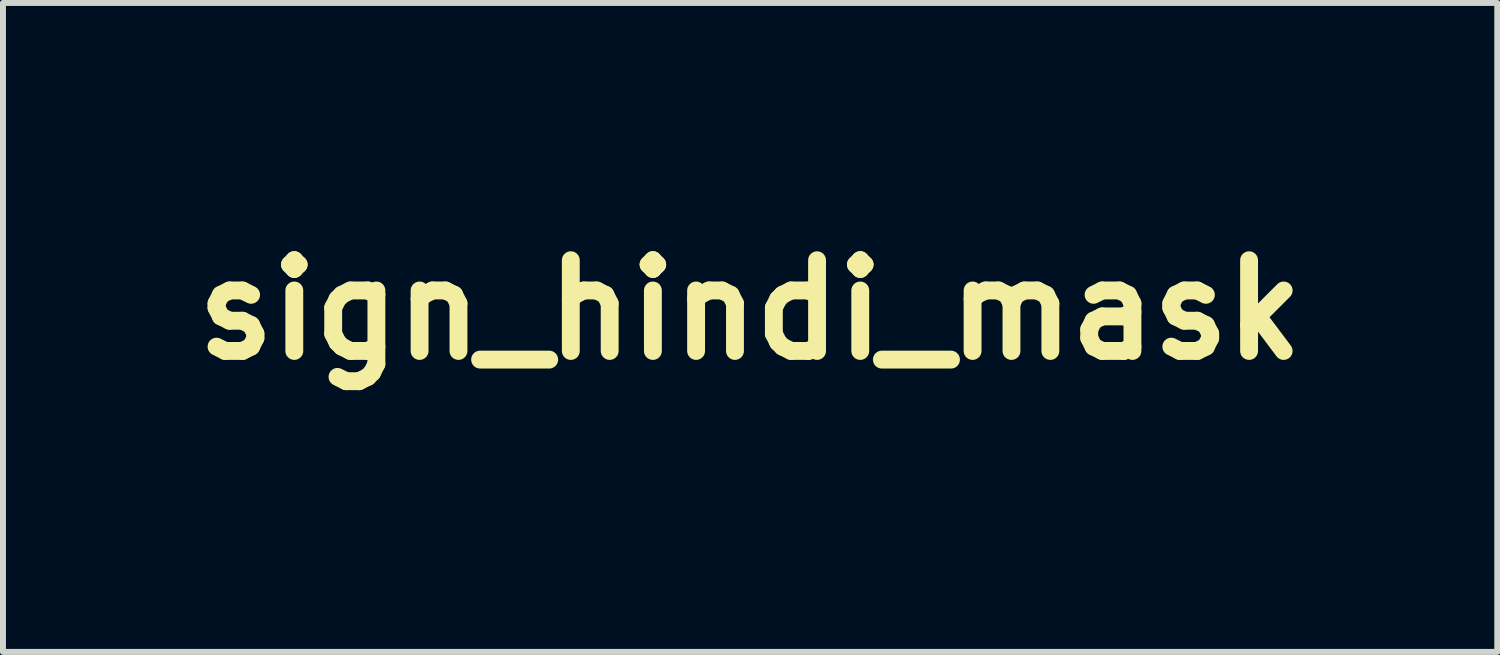
<source format=kicad_pcb>
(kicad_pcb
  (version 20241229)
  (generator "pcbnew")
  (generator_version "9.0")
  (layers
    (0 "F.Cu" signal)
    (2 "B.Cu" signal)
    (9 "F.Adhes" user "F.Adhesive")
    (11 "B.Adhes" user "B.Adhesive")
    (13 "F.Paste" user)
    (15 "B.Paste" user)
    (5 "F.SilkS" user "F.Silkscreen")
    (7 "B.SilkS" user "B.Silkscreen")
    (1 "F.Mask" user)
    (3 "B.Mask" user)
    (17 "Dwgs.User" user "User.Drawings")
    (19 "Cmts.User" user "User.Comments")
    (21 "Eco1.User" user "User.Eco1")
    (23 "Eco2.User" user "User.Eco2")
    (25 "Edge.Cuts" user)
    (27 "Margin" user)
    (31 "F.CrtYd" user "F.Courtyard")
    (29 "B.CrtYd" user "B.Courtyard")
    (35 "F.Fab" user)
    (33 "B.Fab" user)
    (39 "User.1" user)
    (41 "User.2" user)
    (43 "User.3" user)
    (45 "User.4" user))
  (footprint "sign_hindi_mask"
    (layer "F.Cu")
    (at 9.55 2.156)
    (property "Reference" "sign_hindi_mask" (at 0 0 0) (layer "F.SilkS") (effects (font (size 1.524 1.524) (thickness 0.3))))
    (attr through_hole)
    (fp_poly (pts (xy 5.924 -1.474) (xy 5.975 -1.431) (xy 6.002 -1.378) (xy 6.001 -1.347) (xy 5.991 -1.286) (xy 5.972 -1.194) (xy 5.943 -1.072) (xy 5.906 -0.923) (xy 5.861 -0.746) (xy 5.807 -0.542) (xy 5.745 -0.314) (xy 5.74 -0.296) (xy 5.709 -0.182) (xy 5.679 -0.071) (xy 5.652 0.029) (xy 5.63 0.112) (xy 5.614 0.172) (xy 5.61 0.186) (xy 5.589 0.263) (xy 5.563 0.343) (xy 5.545 0.389) (xy 5.524 0.444) (xy 5.497 0.524) (xy 5.465 0.622) (xy 5.43 0.731) (xy 5.396 0.844) (xy 5.363 0.953) (xy 5.344 1.019) (xy 5.311 1.149) (xy 5.281 1.29) (xy 5.258 1.429) (xy 5.242 1.554) (xy 5.239 1.59) (xy 5.23 1.698) (xy 5.217 1.777) (xy 5.199 1.834) (xy 5.176 1.874) (xy 5.154 1.896) (xy 5.092 1.926) (xy 5.031 1.923) (xy 4.973 1.887) (xy 4.97 1.884) (xy 4.923 1.837) (xy 4.934 1.641) (xy 4.952 1.448) (xy 4.988 1.233) (xy 5.039 1.001) (xy 5.105 0.757) (xy 5.184 0.508) (xy 5.189 0.492) (xy 5.21 0.432) (xy 5.225 0.384) (xy 5.232 0.357) (xy 5.232 0.355) (xy 5.217 0.339) (xy 5.175 0.317) (xy 5.113 0.291) (xy 5.037 0.264) (xy 4.953 0.238) (xy 4.867 0.216) (xy 4.848 0.211) (xy 4.683 0.176) (xy 4.544 0.15) (xy 4.426 0.132) (xy 4.322 0.123) (xy 4.226 0.122) (xy 4.167 0.124) (xy 4.06 0.132) (xy 3.985 0.142) (xy 3.942 0.155) (xy 3.929 0.169) (xy 3.945 0.187) (xy 3.968 0.199) (xy 4.011 0.236) (xy 4.045 0.301) (xy 4.068 0.391) (xy 4.075 0.446) (xy 4.077 0.55) (xy 4.057 0.632) (xy 4.015 0.699) (xy 3.986 0.727) (xy 3.916 0.768) (xy 3.836 0.78) (xy 3.754 0.764) (xy 3.675 0.721) (xy 3.616 0.664) (xy 3.559 0.575) (xy 3.521 0.467) (xy 3.505 0.355) (xy 3.505 0.343) (xy 3.513 0.236) (xy 3.537 0.146) (xy 3.582 0.057) (xy 3.588 0.048) (xy 3.653 -0.024) (xy 3.745 -0.084) (xy 3.861 -0.131) (xy 3.996 -0.164) (xy 4.146 -0.182) (xy 4.308 -0.182) (xy 4.338 -0.18) (xy 4.441 -0.17) (xy 4.561 -0.152) (xy 4.69 -0.129) (xy 4.822 -0.102) (xy 4.951 -0.073) (xy 5.068 -0.042) (xy 5.169 -0.012) (xy 5.245 0.016) (xy 5.269 0.027) (xy 5.306 0.042) (xy 5.328 0.045) (xy 5.329 0.045) (xy 5.336 0.026) (xy 5.35 -0.022) (xy 5.372 -0.096) (xy 5.399 -0.191) (xy 5.43 -0.306) (xy 5.465 -0.435) (xy 5.503 -0.576) (xy 5.543 -0.724) (xy 5.583 -0.878) (xy 5.624 -1.031) (xy 5.63 -1.057) (xy 5.665 -1.188) (xy 5.694 -1.29) (xy 5.719 -1.366) (xy 5.743 -1.42) (xy 5.767 -1.456) (xy 5.792 -1.477) (xy 5.822 -1.488) (xy 5.858 -1.49) (xy 5.859 -1.49) (xy 5.924 -1.474)) (stroke (width 0.01) (type solid)) (fill yes) (layer "F.Mask"))
    (fp_poly (pts (xy -4.774 -2.137) (xy -4.726 -2.102) (xy -4.696 -2.056) (xy -4.691 -2.027) (xy -4.691 -1.987) (xy -4.398 -1.976) (xy -4.281 -1.971) (xy -4.156 -1.965) (xy -4.035 -1.958) (xy -3.931 -1.951) (xy -3.895 -1.949) (xy -3.847 -1.946) (xy -3.768 -1.943) (xy -3.661 -1.941) (xy -3.528 -1.938) (xy -3.372 -1.935) (xy -3.196 -1.932) (xy -3.003 -1.929) (xy -2.796 -1.926) (xy -2.576 -1.924) (xy -2.348 -1.921) (xy -2.113 -1.919) (xy -2.083 -1.919) (xy -1.793 -1.916) (xy -1.535 -1.914) (xy -1.306 -1.912) (xy -1.104 -1.911) (xy -0.926 -1.909) (xy -0.771 -1.908) (xy -0.634 -1.907) (xy -0.516 -1.907) (xy -0.411 -1.907) (xy -0.32 -1.907) (xy -0.238 -1.908) (xy -0.165 -1.909) (xy -0.096 -1.91) (xy -0.031 -1.911) (xy 0.034 -1.913) (xy 0.101 -1.916) (xy 0.171 -1.919) (xy 0.249 -1.922) (xy 0.335 -1.925) (xy 0.419 -1.929) (xy 0.534 -1.933) (xy 0.645 -1.937) (xy 0.754 -1.94) (xy 0.866 -1.942) (xy 0.983 -1.944) (xy 1.109 -1.944) (xy 1.247 -1.944) (xy 1.401 -1.944) (xy 1.574 -1.942) (xy 1.769 -1.94) (xy 1.989 -1.937) (xy 2.238 -1.933) (xy 2.372 -1.931) (xy 2.765 -1.925) (xy 3.131 -1.921) (xy 3.469 -1.918) (xy 3.779 -1.918) (xy 4.058 -1.919) (xy 4.308 -1.922) (xy 4.527 -1.926) (xy 4.714 -1.932) (xy 4.868 -1.94) (xy 4.97 -1.948) (xy 5.034 -1.952) (xy 5.124 -1.956) (xy 5.236 -1.959) (xy 5.361 -1.961) (xy 5.493 -1.963) (xy 5.605 -1.964) (xy 5.772 -1.963) (xy 5.913 -1.961) (xy 6.036 -1.957) (xy 6.149 -1.95) (xy 6.258 -1.941) (xy 6.372 -1.929) (xy 6.375 -1.929) (xy 6.597 -1.908) (xy 6.794 -1.901) (xy 6.972 -1.909) (xy 7.139 -1.93) (xy 7.185 -1.938) (xy 7.284 -1.955) (xy 7.356 -1.962) (xy 7.409 -1.959) (xy 7.45 -1.945) (xy 7.474 -1.929) (xy 7.51 -1.881) (xy 7.521 -1.822) (xy 7.506 -1.762) (xy 7.475 -1.719) (xy 7.45 -1.7) (xy 7.419 -1.684) (xy 7.375 -1.669) (xy 7.315 -1.655) (xy 7.232 -1.64) (xy 7.123 -1.623) (xy 7.078 -1.616) (xy 6.905 -1.599) (xy 6.715 -1.597) (xy 6.504 -1.61) (xy 6.299 -1.634) (xy 6.132 -1.653) (xy 5.939 -1.665) (xy 5.728 -1.671) (xy 5.506 -1.671) (xy 5.281 -1.664) (xy 5.08 -1.653) (xy 4.969 -1.646) (xy 4.831 -1.639) (xy 4.675 -1.632) (xy 4.507 -1.626) (xy 4.334 -1.621) (xy 4.165 -1.616) (xy 4.069 -1.615) (xy 3.439 -1.603) (xy 3.464 -1.556) (xy 3.482 -1.51) (xy 3.488 -1.472) (xy 3.485 -1.447) (xy 3.476 -1.393) (xy 3.461 -1.314) (xy 3.443 -1.216) (xy 3.421 -1.102) (xy 3.396 -0.978) (xy 3.387 -0.934) (xy 3.358 -0.79) (xy 3.329 -0.64) (xy 3.3 -0.493) (xy 3.274 -0.356) (xy 3.251 -0.236) (xy 3.234 -0.145) (xy 3.215 -0.044) (xy 3.191 0.081) (xy 3.163 0.221) (xy 3.133 0.367) (xy 3.104 0.509) (xy 3.09 0.575) (xy 3.061 0.717) (xy 3.03 0.872) (xy 2.999 1.03) (xy 2.971 1.18) (xy 2.946 1.311) (xy 2.939 1.355) (xy 2.908 1.524) (xy 2.88 1.663) (xy 2.854 1.774) (xy 2.828 1.861) (xy 2.801 1.924) (xy 2.773 1.969) (xy 2.741 1.997) (xy 2.705 2.011) (xy 2.668 2.015) (xy 2.601 2.002) (xy 2.556 1.964) (xy 2.533 1.904) (xy 2.535 1.825) (xy 2.546 1.775) (xy 2.557 1.73) (xy 2.572 1.659) (xy 2.591 1.568) (xy 2.611 1.464) (xy 2.631 1.354) (xy 2.633 1.338) (xy 2.654 1.227) (xy 2.679 1.091) (xy 2.708 0.94) (xy 2.74 0.78) (xy 2.772 0.622) (xy 2.802 0.474) (xy 2.832 0.332) (xy 2.861 0.187) (xy 2.89 0.046) (xy 2.915 -0.083) (xy 2.936 -0.193) (xy 2.952 -0.279) (xy 2.954 -0.288) (xy 2.978 -0.421) (xy 3.005 -0.563) (xy 3.033 -0.709) (xy 3.063 -0.856) (xy 3.092 -1) (xy 3.12 -1.135) (xy 3.147 -1.259) (xy 3.172 -1.368) (xy 3.193 -1.457) (xy 3.209 -1.522) (xy 3.221 -1.559) (xy 3.224 -1.566) (xy 3.249 -1.604) (xy 3.11 -1.615) (xy 3.042 -1.619) (xy 2.95 -1.622) (xy 2.846 -1.624) (xy 2.74 -1.625) (xy 2.709 -1.625) (xy 2.446 -1.626) (xy 2.444 -1.503) (xy 2.44 -1.448) (xy 2.431 -1.364) (xy 2.417 -1.254) (xy 2.4 -1.122) (xy 2.378 -0.973) (xy 2.354 -0.809) (xy 2.327 -0.636) (xy 2.299 -0.456) (xy 2.269 -0.274) (xy 2.239 -0.094) (xy 2.209 0.082) (xy 2.18 0.247) (xy 2.152 0.4) (xy 2.131 0.508) (xy 2.099 0.667) (xy 2.064 0.833) (xy 2.027 1.004) (xy 1.988 1.174) (xy 1.949 1.34) (xy 1.91 1.5) (xy 1.873 1.649) (xy 1.837 1.783) (xy 1.805 1.899) (xy 1.778 1.993) (xy 1.755 2.062) (xy 1.738 2.103) (xy 1.736 2.106) (xy 1.691 2.15) (xy 1.631 2.179) (xy 1.593 2.184) (xy 1.549 2.171) (xy 1.505 2.136) (xy 1.473 2.092) (xy 1.466 2.074) (xy 1.465 2.035) (xy 1.474 1.975) (xy 1.489 1.917) (xy 1.52 1.807) (xy 1.554 1.678) (xy 1.59 1.535) (xy 1.628 1.382) (xy 1.666 1.223) (xy 1.704 1.063) (xy 1.74 0.904) (xy 1.774 0.751) (xy 1.805 0.608) (xy 1.832 0.48) (xy 1.854 0.37) (xy 1.869 0.282) (xy 1.878 0.22) (xy 1.88 0.197) (xy 1.868 0.2) (xy 1.837 0.225) (xy 1.789 0.268) (xy 1.728 0.325) (xy 1.658 0.394) (xy 1.647 0.405) (xy 1.492 0.551) (xy 1.349 0.669) (xy 1.214 0.76) (xy 1.083 0.826) (xy 0.954 0.87) (xy 0.849 0.89) (xy 0.761 0.893) (xy 0.657 0.882) (xy 0.551 0.859) (xy 0.457 0.828) (xy 0.453 0.826) (xy 0.365 0.773) (xy 0.279 0.691) (xy 0.199 0.588) (xy 0.131 0.47) (xy 0.078 0.343) (xy 0.06 0.28) (xy 0.042 0.194) (xy 0.037 0.141) (xy 0.342 0.141) (xy 0.355 0.223) (xy 0.385 0.308) (xy 0.392 0.323) (xy 0.458 0.436) (xy 0.539 0.519) (xy 0.633 0.571) (xy 0.739 0.592) (xy 0.857 0.581) (xy 0.904 0.569) (xy 0.959 0.548) (xy 1.028 0.515) (xy 1.097 0.478) (xy 1.099 0.477) (xy 1.175 0.425) (xy 1.264 0.353) (xy 1.359 0.269) (xy 1.452 0.179) (xy 1.536 0.091) (xy 1.604 0.011) (xy 1.619 -0.01) (xy 1.701 -0.143) (xy 1.78 -0.305) (xy 1.854 -0.493) (xy 1.922 -0.701) (xy 1.982 -0.925) (xy 2.033 -1.161) (xy 2.049 -1.25) (xy 2.065 -1.34) (xy 2.084 -1.425) (xy 2.101 -1.496) (xy 2.115 -1.541) (xy 2.146 -1.622) (xy 2.042 -1.632) (xy 1.988 -1.636) (xy 1.91 -1.64) (xy 1.814 -1.643) (xy 1.705 -1.647) (xy 1.588 -1.65) (xy 1.469 -1.653) (xy 1.352 -1.655) (xy 1.243 -1.656) (xy 1.147 -1.657) (xy 1.07 -1.657) (xy 1.015 -1.656) (xy 0.99 -1.653) (xy 0.989 -1.653) (xy 0.973 -1.645) (xy 0.964 -1.626) (xy 0.958 -1.591) (xy 0.956 -1.532) (xy 0.955 -1.495) (xy 0.949 -1.383) (xy 0.932 -1.288) (xy 0.916 -1.236) (xy 0.898 -1.19) (xy 0.865 -1.12) (xy 0.822 -1.03) (xy 0.77 -0.926) (xy 0.712 -0.813) (xy 0.65 -0.696) (xy 0.589 -0.579) (xy 0.529 -0.469) (xy 0.505 -0.427) (xy 0.487 -0.388) (xy 0.462 -0.327) (xy 0.433 -0.251) (xy 0.405 -0.173) (xy 0.366 -0.05) (xy 0.345 0.052) (xy 0.342 0.141) (xy 0.037 0.141) (xy 0.035 0.113) (xy 0.04 0.03) (xy 0.059 -0.063) (xy 0.091 -0.176) (xy 0.104 -0.217) (xy 0.127 -0.289) (xy 0.149 -0.352) (xy 0.171 -0.41) (xy 0.196 -0.469) (xy 0.226 -0.532) (xy 0.262 -0.606) (xy 0.308 -0.696) (xy 0.366 -0.805) (xy 0.436 -0.936) (xy 0.513 -1.085) (xy 0.573 -1.209) (xy 0.616 -1.311) (xy 0.644 -1.395) (xy 0.658 -1.463) (xy 0.66 -1.498) (xy 0.655 -1.546) (xy 0.637 -1.573) (xy 0.602 -1.58) (xy 0.544 -1.569) (xy 0.491 -1.552) (xy 0.367 -1.501) (xy 0.276 -1.444) (xy 0.216 -1.384) (xy 0.206 -1.366) (xy 0.165 -1.304) (xy 0.116 -1.248) (xy 0.064 -1.207) (xy 0.019 -1.186) (xy 0.009 -1.185) (xy -0.039 -1.2) (xy -0.086 -1.236) (xy -0.122 -1.283) (xy -0.135 -1.329) (xy -0.126 -1.377) (xy -0.1 -1.442) (xy -0.063 -1.513) (xy -0.032 -1.561) (xy 0.000292 -1.606) (xy -0.736 -1.608) (xy -0.891 -1.608) (xy -1.034 -1.608) (xy -1.163 -1.607) (xy -1.274 -1.606) (xy -1.364 -1.605) (xy -1.429 -1.604) (xy -1.466 -1.603) (xy -1.473 -1.602) (xy -1.459 -1.591) (xy -1.422 -1.567) (xy -1.367 -1.535) (xy -1.317 -1.505) (xy -1.105 -1.378) (xy -0.912 -1.247) (xy -0.796 -1.159) (xy -0.698 -1.078) (xy -0.627 -1.01) (xy -0.581 -0.952) (xy -0.556 -0.902) (xy -0.552 -0.854) (xy -0.564 -0.809) (xy -0.583 -0.77) (xy -0.605 -0.741) (xy -0.635 -0.722) (xy -0.68 -0.709) (xy -0.746 -0.7) (xy -0.838 -0.694) (xy -0.879 -0.692) (xy -1.019 -0.683) (xy -1.132 -0.668) (xy -1.224 -0.646) (xy -1.301 -0.615) (xy -1.368 -0.572) (xy -1.433 -0.516) (xy -1.447 -0.502) (xy -1.576 -0.356) (xy -1.672 -0.209) (xy -1.736 -0.06) (xy -1.77 0.095) (xy -1.774 0.149) (xy -1.769 0.282) (xy -1.739 0.393) (xy -1.681 0.486) (xy -1.594 0.563) (xy -1.499 0.617) (xy -1.415 0.654) (xy -1.351 0.672) (xy -1.299 0.671) (xy -1.25 0.653) (xy -1.21 0.628) (xy -1.098 0.558) (xy -0.99 0.51) (xy -0.889 0.483) (xy -0.799 0.479) (xy -0.722 0.496) (xy -0.663 0.533) (xy -0.625 0.592) (xy -0.61 0.672) (xy -0.61 0.679) (xy -0.626 0.764) (xy -0.673 0.844) (xy -0.748 0.915) (xy -0.789 0.942) (xy -0.832 0.964) (xy -0.875 0.979) (xy -0.929 0.989) (xy -1.002 0.995) (xy -1.041 0.998) (xy -1.121 1.003) (xy -1.176 1.01) (xy -1.213 1.019) (xy -1.243 1.035) (xy -1.269 1.055) (xy -1.325 1.108) (xy -1.386 1.178) (xy -1.456 1.27) (xy -1.537 1.386) (xy -1.614 1.502) (xy -1.759 1.726) (xy -1.57 1.818) (xy -1.359 1.932) (xy -1.153 2.064) (xy -0.964 2.207) (xy -0.872 2.286) (xy -0.809 2.343) (xy -0.752 2.393) (xy -0.706 2.431) (xy -0.681 2.451) (xy -0.629 2.502) (xy -0.601 2.563) (xy -0.598 2.628) (xy -0.62 2.685) (xy -0.634 2.702) (xy -0.691 2.737) (xy -0.757 2.741) (xy -0.829 2.713) (xy -0.857 2.695) (xy -0.897 2.663) (xy -0.953 2.616) (xy -1.018 2.559) (xy -1.067 2.516) (xy -1.278 2.344) (xy -1.515 2.191) (xy -1.772 2.059) (xy -2.044 1.951) (xy -2.08 1.939) (xy -2.186 1.902) (xy -2.263 1.869) (xy -2.314 1.836) (xy -2.345 1.802) (xy -2.359 1.764) (xy -2.361 1.739) (xy -2.346 1.674) (xy -2.306 1.627) (xy -2.248 1.599) (xy -2.177 1.596) (xy -2.132 1.607) (xy -2.087 1.617) (xy -2.057 1.608) (xy -2.053 1.605) (xy -2.036 1.584) (xy -2.004 1.541) (xy -1.961 1.478) (xy -1.91 1.403) (xy -1.867 1.338) (xy -1.81 1.252) (xy -1.754 1.17) (xy -1.705 1.099) (xy -1.667 1.045) (xy -1.65 1.023) (xy -1.617 0.98) (xy -1.594 0.946) (xy -1.588 0.935) (xy -1.599 0.918) (xy -1.632 0.892) (xy -1.665 0.873) (xy -1.77 0.81) (xy -1.853 0.741) (xy -1.927 0.657) (xy -1.942 0.638) (xy -2.017 0.507) (xy -2.064 0.362) (xy -2.083 0.205) (xy -2.073 0.04) (xy -2.034 -0.128) (xy -1.982 -0.263) (xy -1.916 -0.388) (xy -1.833 -0.513) (xy -1.739 -0.631) (xy -1.638 -0.736) (xy -1.538 -0.822) (xy -1.442 -0.883) (xy -1.433 -0.887) (xy -1.367 -0.914) (xy -1.286 -0.941) (xy -1.207 -0.962) (xy -1.075 -0.992) (xy -1.16 -1.054) (xy -1.209 -1.088) (xy -1.278 -1.131) (xy -1.358 -1.179) (xy -1.431 -1.221) (xy -1.565 -1.299) (xy -1.692 -1.376) (xy -1.806 -1.448) (xy -1.902 -1.514) (xy -1.974 -1.567) (xy -1.976 -1.569) (xy -2.047 -1.626) (xy -2.407 -1.622) (xy -2.767 -1.617) (xy -2.899 -1.033) (xy -2.951 -0.8) (xy -2.996 -0.594) (xy -3.036 -0.409) (xy -3.072 -0.24) (xy -3.105 -0.081) (xy -3.136 0.073) (xy -3.165 0.23) (xy -3.196 0.393) (xy -3.228 0.57) (xy -3.233 0.601) (xy -3.262 0.755) (xy -3.293 0.911) (xy -3.325 1.067) (xy -3.358 1.218) (xy -3.391 1.36) (xy -3.422 1.488) (xy -3.451 1.6) (xy -3.477 1.69) (xy -3.498 1.755) (xy -3.514 1.789) (xy -3.563 1.838) (xy -3.623 1.858) (xy -3.685 1.848) (xy -3.742 1.808) (xy -3.766 1.768) (xy -3.775 1.713) (xy -3.768 1.638) (xy -3.745 1.539) (xy -3.741 1.524) (xy -3.698 1.357) (xy -3.653 1.165) (xy -3.608 0.956) (xy -3.565 0.738) (xy -3.531 0.55) (xy -3.503 0.394) (xy -3.477 0.248) (xy -3.45 0.108) (xy -3.423 -0.033) (xy -3.394 -0.178) (xy -3.361 -0.334) (xy -3.324 -0.506) (xy -3.281 -0.7) (xy -3.232 -0.92) (xy -3.225 -0.951) (xy -3.193 -1.094) (xy -3.164 -1.226) (xy -3.138 -1.345) (xy -3.116 -1.445) (xy -3.098 -1.525) (xy -3.087 -1.58) (xy -3.082 -1.606) (xy -3.082 -1.608) (xy -3.099 -1.615) (xy -3.149 -1.621) (xy -3.233 -1.624) (xy -3.351 -1.626) (xy -3.37 -1.626) (xy -3.483 -1.627) (xy -3.619 -1.631) (xy -3.763 -1.637) (xy -3.905 -1.645) (xy -4.009 -1.652) (xy -4.133 -1.66) (xy -4.263 -1.666) (xy -4.388 -1.671) (xy -4.499 -1.673) (xy -4.58 -1.673) (xy -4.8 -1.668) (xy -4.839 -1.56) (xy -4.853 -1.516) (xy -4.874 -1.445) (xy -4.901 -1.354) (xy -4.931 -1.247) (xy -4.964 -1.131) (xy -4.997 -1.011) (xy -5.03 -0.893) (xy -5.06 -0.782) (xy -5.086 -0.684) (xy -5.107 -0.604) (xy -5.12 -0.549) (xy -5.124 -0.531) (xy -5.134 -0.475) (xy -5.023 -0.525) (xy -4.856 -0.589) (xy -4.689 -0.631) (xy -4.528 -0.651) (xy -4.379 -0.646) (xy -4.247 -0.618) (xy -4.225 -0.61) (xy -4.126 -0.558) (xy -4.037 -0.486) (xy -3.967 -0.4) (xy -3.923 -0.308) (xy -3.921 -0.303) (xy -3.902 -0.221) (xy -3.893 -0.139) (xy -3.897 -0.054) (xy -3.914 0.039) (xy -3.945 0.144) (xy -3.991 0.264) (xy -4.053 0.404) (xy -4.132 0.567) (xy -4.162 0.627) (xy -4.238 0.776) (xy -4.301 0.899) (xy -4.353 1.001) (xy -4.395 1.087) (xy -4.431 1.159) (xy -4.462 1.223) (xy -4.491 1.283) (xy -4.495 1.291) (xy -4.544 1.372) (xy -4.599 1.419) (xy -4.661 1.434) (xy -4.692 1.431) (xy -4.747 1.403) (xy -4.781 1.35) (xy -4.792 1.275) (xy -4.789 1.246) (xy -4.78 1.21) (xy -4.763 1.163) (xy -4.735 1.101) (xy -4.696 1.019) (xy -4.644 0.915) (xy -4.603 0.834) (xy -4.511 0.655) (xy -4.434 0.503) (xy -4.37 0.375) (xy -4.319 0.268) (xy -4.278 0.18) (xy -4.248 0.106) (xy -4.226 0.046) (xy -4.212 -0.006) (xy -4.204 -0.051) (xy -4.201 -0.092) (xy -4.202 -0.133) (xy -4.203 -0.146) (xy -4.212 -0.209) (xy -4.227 -0.249) (xy -4.255 -0.281) (xy -4.256 -0.281) (xy -4.338 -0.329) (xy -4.439 -0.352) (xy -4.559 -0.349) (xy -4.695 -0.322) (xy -4.845 -0.269) (xy -4.938 -0.227) (xy -5.058 -0.158) (xy -5.152 -0.081) (xy -5.217 0.001) (xy -5.251 0.082) (xy -5.285 0.239) (xy -5.319 0.424) (xy -5.353 0.628) (xy -5.386 0.846) (xy -5.416 1.07) (xy -5.442 1.293) (xy -5.451 1.38) (xy -5.462 1.463) (xy -5.478 1.559) (xy -5.497 1.66) (xy -5.518 1.761) (xy -5.54 1.854) (xy -5.561 1.932) (xy -5.579 1.988) (xy -5.589 2.011) (xy -5.637 2.059) (xy -5.696 2.079) (xy -5.759 2.07) (xy -5.797 2.048) (xy -5.828 2.015) (xy -5.846 1.972) (xy -5.851 1.914) (xy -5.842 1.836) (xy -5.82 1.732) (xy -5.819 1.727) (xy -5.794 1.613) (xy -5.773 1.504) (xy -5.756 1.391) (xy -5.741 1.264) (xy -5.726 1.113) (xy -5.723 1.085) (xy -5.713 0.991) (xy -5.698 0.876) (xy -5.681 0.753) (xy -5.662 0.634) (xy -5.656 0.595) (xy -5.64 0.501) (xy -5.627 0.421) (xy -5.618 0.358) (xy -5.614 0.318) (xy -5.614 0.307) (xy -5.628 0.315) (xy -5.662 0.342) (xy -5.708 0.382) (xy -5.744 0.414) (xy -5.873 0.524) (xy -6.019 0.629) (xy -6.173 0.725) (xy -6.328 0.807) (xy -6.476 0.872) (xy -6.579 0.906) (xy -6.676 0.926) (xy -6.787 0.939) (xy -6.904 0.945) (xy -7.014 0.943) (xy -7.109 0.934) (xy -7.154 0.924) (xy -7.299 0.871) (xy -7.414 0.803) (xy -7.503 0.719) (xy -7.569 0.616) (xy -7.571 0.613) (xy -7.605 0.503) (xy -7.608 0.408) (xy -7.305 0.408) (xy -7.299 0.476) (xy -7.264 0.532) (xy -7.202 0.58) (xy -7.176 0.595) (xy -7.064 0.636) (xy -6.94 0.652) (xy -6.799 0.642) (xy -6.673 0.616) (xy -6.52 0.563) (xy -6.356 0.483) (xy -6.187 0.377) (xy -6.017 0.25) (xy -5.872 0.123) (xy -5.799 0.054) (xy -5.724 -0.014) (xy -5.657 -0.075) (xy -5.605 -0.121) (xy -5.6 -0.125) (xy -5.553 -0.168) (xy -5.519 -0.207) (xy -5.504 -0.233) (xy -5.503 -0.235) (xy -5.512 -0.271) (xy -5.534 -0.326) (xy -5.563 -0.386) (xy -5.595 -0.443) (xy -5.624 -0.484) (xy -5.627 -0.488) (xy -5.696 -0.546) (xy -5.775 -0.579) (xy -5.872 -0.589) (xy -5.926 -0.587) (xy -6.093 -0.561) (xy -6.268 -0.511) (xy -6.444 -0.44) (xy -6.617 -0.351) (xy -6.782 -0.248) (xy -6.933 -0.134) (xy -7.065 -0.011) (xy -7.173 0.117) (xy -7.239 0.223) (xy -7.285 0.325) (xy -7.305 0.408) (xy -7.608 0.408) (xy -7.608 0.383) (xy -7.583 0.255) (xy -7.529 0.121) (xy -7.447 -0.017) (xy -7.339 -0.157) (xy -7.264 -0.237) (xy -7.096 -0.39) (xy -6.911 -0.527) (xy -6.715 -0.645) (xy -6.512 -0.743) (xy -6.308 -0.817) (xy -6.108 -0.866) (xy -5.917 -0.887) (xy -5.893 -0.887) (xy -5.773 -0.883) (xy -5.676 -0.865) (xy -5.59 -0.831) (xy -5.505 -0.777) (xy -5.494 -0.769) (xy -5.45 -0.737) (xy -5.417 -0.716) (xy -5.405 -0.711) (xy -5.397 -0.727) (xy -5.382 -0.771) (xy -5.36 -0.839) (xy -5.334 -0.927) (xy -5.304 -1.03) (xy -5.276 -1.13) (xy -5.243 -1.248) (xy -5.213 -1.357) (xy -5.186 -1.454) (xy -5.164 -1.533) (xy -5.149 -1.588) (xy -5.142 -1.612) (xy -5.132 -1.654) (xy -5.131 -1.68) (xy -5.132 -1.683) (xy -5.15 -1.687) (xy -5.197 -1.693) (xy -5.268 -1.702) (xy -5.356 -1.712) (xy -5.459 -1.722) (xy -5.488 -1.725) (xy -5.679 -1.747) (xy -5.843 -1.772) (xy -5.979 -1.799) (xy -6.084 -1.828) (xy -6.158 -1.858) (xy -6.19 -1.881) (xy -6.225 -1.934) (xy -6.231 -1.977) (xy -6.224 -2.042) (xy -6.2 -2.087) (xy -6.156 -2.113) (xy -6.091 -2.121) (xy -6 -2.111) (xy -5.908 -2.093) (xy -5.833 -2.077) (xy -5.737 -2.062) (xy -5.625 -2.046) (xy -5.504 -2.031) (xy -5.383 -2.018) (xy -5.267 -2.007) (xy -5.163 -1.999) (xy -5.079 -1.996) (xy -5.021 -1.996) (xy -5.019 -1.996) (xy -5 -2.012) (xy -4.979 -2.047) (xy -4.978 -2.05) (xy -4.937 -2.111) (xy -4.878 -2.144) (xy -4.83 -2.151) (xy -4.774 -2.137)) (stroke (width 0.01) (type solid)) (fill yes) (layer "F.Mask")))
  (gr_rect
    (start -3 -3)
    (end 22.101 7.901)
    (stroke (width 0.1) (type default))
    (fill no)
    (layer "Edge.Cuts")))
</source>
